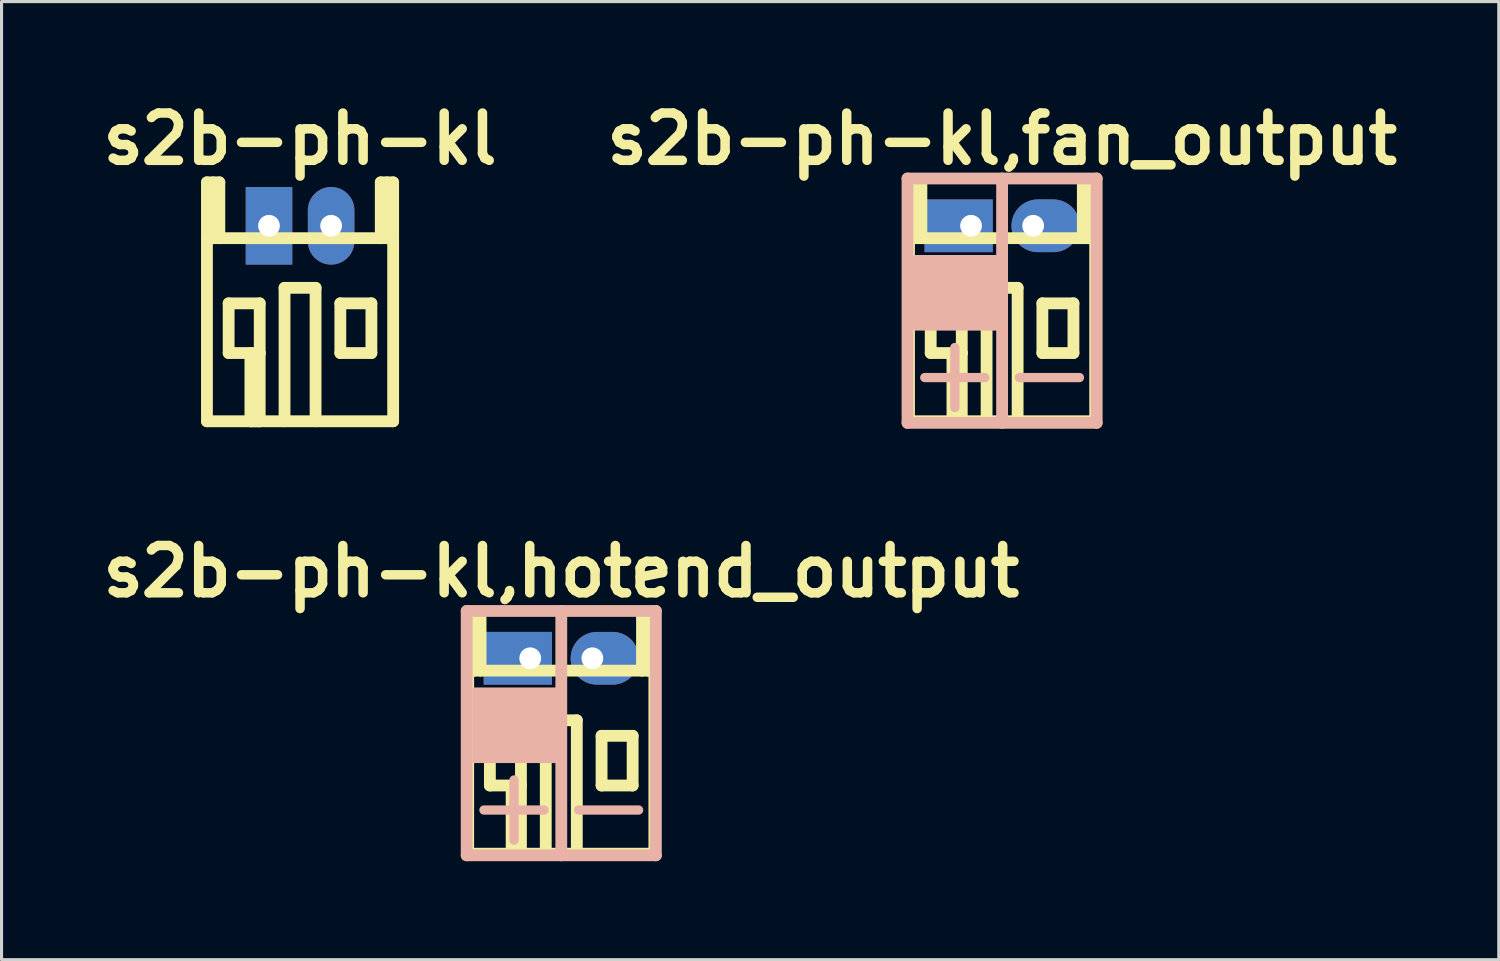
<source format=kicad_pcb>
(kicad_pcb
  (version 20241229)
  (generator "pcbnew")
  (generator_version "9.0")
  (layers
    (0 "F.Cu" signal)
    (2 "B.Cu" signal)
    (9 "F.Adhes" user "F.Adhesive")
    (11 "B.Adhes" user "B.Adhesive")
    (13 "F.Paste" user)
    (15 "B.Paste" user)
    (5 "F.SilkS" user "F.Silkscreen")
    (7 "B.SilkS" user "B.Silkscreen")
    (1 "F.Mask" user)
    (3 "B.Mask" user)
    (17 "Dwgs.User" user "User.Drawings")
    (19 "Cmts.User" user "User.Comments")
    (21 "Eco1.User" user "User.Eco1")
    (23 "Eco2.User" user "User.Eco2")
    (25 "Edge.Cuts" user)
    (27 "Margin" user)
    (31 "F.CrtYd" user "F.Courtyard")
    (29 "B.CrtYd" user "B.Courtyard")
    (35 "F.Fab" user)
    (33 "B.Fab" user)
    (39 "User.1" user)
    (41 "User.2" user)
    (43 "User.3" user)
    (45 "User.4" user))
  (footprint "s2b-ph-kl,fan_output"
    (layer "F.Cu")
    (at 29.242 4.226)
    (property "Reference" "s2b-ph-kl,fan_output" (at 0 -2.799 0) (layer "F.SilkS") (effects (font (size 1.524 1.524) (thickness 0.305))))
    (attr through_hole)
    (fp_line (start -3 -1.4) (end -3 6.299) (stroke (width 0.381) (type solid)) (layer "F.SilkS"))
    (fp_line (start -3 6.299) (end 3 6.299) (stroke (width 0.381) (type solid)) (layer "F.SilkS"))
    (fp_line (start -2.799 -1.4) (end -2.799 0.399) (stroke (width 0.381) (type solid)) (layer "F.SilkS"))
    (fp_line (start -2.601 -1.4) (end -3 -1.4) (stroke (width 0.381) (type solid)) (layer "F.SilkS"))
    (fp_line (start -2.601 0.399) (end -2.601 -1.4) (stroke (width 0.381) (type solid)) (layer "F.SilkS"))
    (fp_line (start -2.301 2.499) (end -1.3 2.499) (stroke (width 0.381) (type solid)) (layer "F.SilkS"))
    (fp_line (start -2.301 4.1) (end -2.301 2.499) (stroke (width 0.381) (type solid)) (layer "F.SilkS"))
    (fp_line (start -1.6 6.299) (end -1.6 4.1) (stroke (width 0.381) (type solid)) (layer "F.SilkS"))
    (fp_line (start -1.3 2.499) (end -1.3 4.1) (stroke (width 0.381) (type solid)) (layer "F.SilkS"))
    (fp_line (start -1.3 4.1) (end -2.301 4.1) (stroke (width 0.381) (type solid)) (layer "F.SilkS"))
    (fp_line (start -1.3 4.1) (end -1.3 6.299) (stroke (width 0.381) (type solid)) (layer "F.SilkS"))
    (fp_line (start -1.3 6.299) (end -1.6 6.299) (stroke (width 0.381) (type solid)) (layer "F.SilkS"))
    (fp_line (start -0.5 1.999) (end -0.5 6.299) (stroke (width 0.381) (type solid)) (layer "F.SilkS"))
    (fp_line (start 0.5 1.999) (end -0.5 1.999) (stroke (width 0.381) (type solid)) (layer "F.SilkS"))
    (fp_line (start 0.5 1.999) (end 0.5 6.299) (stroke (width 0.381) (type solid)) (layer "F.SilkS"))
    (fp_line (start 1.298 2.499) (end 2.299 2.499) (stroke (width 0.381) (type solid)) (layer "F.SilkS"))
    (fp_line (start 1.298 4.1) (end 1.298 2.499) (stroke (width 0.381) (type solid)) (layer "F.SilkS"))
    (fp_line (start 2.299 2.499) (end 2.299 4.1) (stroke (width 0.381) (type solid)) (layer "F.SilkS"))
    (fp_line (start 2.299 4.1) (end 1.298 4.1) (stroke (width 0.381) (type solid)) (layer "F.SilkS"))
    (fp_line (start 2.601 -1.4) (end 2.601 0.399) (stroke (width 0.381) (type solid)) (layer "F.SilkS"))
    (fp_line (start 2.799 -1.4) (end 2.799 0.399) (stroke (width 0.381) (type solid)) (layer "F.SilkS"))
    (fp_line (start 3 -1.4) (end 2.601 -1.4) (stroke (width 0.381) (type solid)) (layer "F.SilkS"))
    (fp_line (start 3 0.399) (end -3 0.399) (stroke (width 0.381) (type solid)) (layer "F.SilkS"))
    (fp_line (start 3 6.299) (end 3 -1.4) (stroke (width 0.381) (type solid)) (layer "F.SilkS"))
    (fp_line (start -3.048 -1.524) (end -3.048 6.35) (stroke (width 0.381) (type solid)) (layer "B.SilkS"))
    (fp_line (start -3.048 -1.524) (end 3.048 -1.524) (stroke (width 0.381) (type solid)) (layer "B.SilkS"))
    (fp_line (start 0 -1.524) (end 0 6.35) (stroke (width 0.381) (type solid)) (layer "B.SilkS"))
    (fp_line (start 3.048 -1.524) (end 3.048 6.35) (stroke (width 0.381) (type solid)) (layer "B.SilkS"))
    (fp_line (start 3.048 6.35) (end -3.048 6.35) (stroke (width 0.381) (type solid)) (layer "B.SilkS"))
    (fp_poly (pts (xy -2.794 1.016) (xy 0 1.016) (xy 0 3.302) (xy -2.794 3.302)) (stroke (width 0.15) (type solid)) (fill yes) (layer "B.SilkS"))
    (fp_text user "-" (at 1.524 4.699 0) (layer "B.SilkS") (effects (font (size 2.54 2.54) (thickness 0.3)) (justify mirror)))
    (fp_text user "+" (at -1.524 4.699 0) (layer "B.SilkS") (effects (font (size 2.54 2.54) (thickness 0.3)) (justify mirror)))
    (pad "1" thru_hole rect (at -1.001 0) (size 2.199 1.699) (drill 0.701 (offset -0.4 0)) (layers "*.Cu" "*.Mask"))
    (pad "2" thru_hole oval (at 1.001 0) (size 2.199 1.699) (drill 0.701 (offset 0.4 0)) (layers "*.Cu" "*.Mask")))
  (footprint "s2b-ph-kl,hotend_output"
    (layer "F.Cu")
    (at 15.037 18.162)
    (property "Reference" "s2b-ph-kl,hotend_output" (at 0 -2.799 0) (layer "F.SilkS") (effects (font (size 1.524 1.524) (thickness 0.305))))
    (attr through_hole)
    (fp_line (start -3 -1.4) (end -3 6.299) (stroke (width 0.381) (type solid)) (layer "F.SilkS"))
    (fp_line (start -3 6.299) (end 3 6.299) (stroke (width 0.381) (type solid)) (layer "F.SilkS"))
    (fp_line (start -2.799 -1.4) (end -2.799 0.399) (stroke (width 0.381) (type solid)) (layer "F.SilkS"))
    (fp_line (start -2.601 -1.4) (end -3 -1.4) (stroke (width 0.381) (type solid)) (layer "F.SilkS"))
    (fp_line (start -2.601 0.399) (end -2.601 -1.4) (stroke (width 0.381) (type solid)) (layer "F.SilkS"))
    (fp_line (start -2.301 2.499) (end -1.3 2.499) (stroke (width 0.381) (type solid)) (layer "F.SilkS"))
    (fp_line (start -2.301 4.1) (end -2.301 2.499) (stroke (width 0.381) (type solid)) (layer "F.SilkS"))
    (fp_line (start -1.6 6.299) (end -1.6 4.1) (stroke (width 0.381) (type solid)) (layer "F.SilkS"))
    (fp_line (start -1.3 2.499) (end -1.3 4.1) (stroke (width 0.381) (type solid)) (layer "F.SilkS"))
    (fp_line (start -1.3 4.1) (end -2.301 4.1) (stroke (width 0.381) (type solid)) (layer "F.SilkS"))
    (fp_line (start -1.3 4.1) (end -1.3 6.299) (stroke (width 0.381) (type solid)) (layer "F.SilkS"))
    (fp_line (start -1.3 6.299) (end -1.6 6.299) (stroke (width 0.381) (type solid)) (layer "F.SilkS"))
    (fp_line (start -0.5 1.999) (end -0.5 6.299) (stroke (width 0.381) (type solid)) (layer "F.SilkS"))
    (fp_line (start 0.5 1.999) (end -0.5 1.999) (stroke (width 0.381) (type solid)) (layer "F.SilkS"))
    (fp_line (start 0.5 1.999) (end 0.5 6.299) (stroke (width 0.381) (type solid)) (layer "F.SilkS"))
    (fp_line (start 1.298 2.499) (end 2.299 2.499) (stroke (width 0.381) (type solid)) (layer "F.SilkS"))
    (fp_line (start 1.298 4.1) (end 1.298 2.499) (stroke (width 0.381) (type solid)) (layer "F.SilkS"))
    (fp_line (start 2.299 2.499) (end 2.299 4.1) (stroke (width 0.381) (type solid)) (layer "F.SilkS"))
    (fp_line (start 2.299 4.1) (end 1.298 4.1) (stroke (width 0.381) (type solid)) (layer "F.SilkS"))
    (fp_line (start 2.601 -1.4) (end 2.601 0.399) (stroke (width 0.381) (type solid)) (layer "F.SilkS"))
    (fp_line (start 2.799 -1.4) (end 2.799 0.399) (stroke (width 0.381) (type solid)) (layer "F.SilkS"))
    (fp_line (start 3 -1.4) (end 2.601 -1.4) (stroke (width 0.381) (type solid)) (layer "F.SilkS"))
    (fp_line (start 3 0.399) (end -3 0.399) (stroke (width 0.381) (type solid)) (layer "F.SilkS"))
    (fp_line (start 3 6.299) (end 3 -1.4) (stroke (width 0.381) (type solid)) (layer "F.SilkS"))
    (fp_line (start -3.048 -1.524) (end -3.048 6.35) (stroke (width 0.381) (type solid)) (layer "B.SilkS"))
    (fp_line (start -3.048 -1.524) (end 3.048 -1.524) (stroke (width 0.381) (type solid)) (layer "B.SilkS"))
    (fp_line (start 0 -1.524) (end 0 6.35) (stroke (width 0.381) (type solid)) (layer "B.SilkS"))
    (fp_line (start 3.048 -1.524) (end 3.048 6.35) (stroke (width 0.381) (type solid)) (layer "B.SilkS"))
    (fp_line (start 3.048 6.35) (end -3.048 6.35) (stroke (width 0.381) (type solid)) (layer "B.SilkS"))
    (fp_poly (pts (xy -2.794 1.016) (xy 0 1.016) (xy 0 3.302) (xy -2.794 3.302)) (stroke (width 0.15) (type solid)) (fill yes) (layer "B.SilkS"))
    (fp_text user "-" (at 1.524 4.699 0) (layer "B.SilkS") (effects (font (size 2.54 2.54) (thickness 0.3)) (justify mirror)))
    (fp_text user "+" (at -1.524 4.699 0) (layer "B.SilkS") (effects (font (size 2.54 2.54) (thickness 0.3)) (justify mirror)))
    (pad "1" thru_hole rect (at -1.001 0) (size 2.199 1.699) (drill 0.701 (offset -0.4 0)) (layers "*.Cu" "*.Mask"))
    (pad "2" thru_hole oval (at 1.001 0) (size 2.199 1.699) (drill 0.701 (offset 0.4 0)) (layers "*.Cu" "*.Mask")))
  (footprint "s2b-ph-kl"
    (layer "F.Cu")
    (at 6.619 4.226)
    (property "Reference" "s2b-ph-kl" (at 0 -2.799 0) (layer "F.SilkS") (effects (font (size 1.524 1.524) (thickness 0.305))))
    (attr through_hole)
    (fp_line (start -3 -1.4) (end -3 6.299) (stroke (width 0.381) (type solid)) (layer "F.SilkS"))
    (fp_line (start -3 6.299) (end 3 6.299) (stroke (width 0.381) (type solid)) (layer "F.SilkS"))
    (fp_line (start -2.799 -1.4) (end -2.799 0.399) (stroke (width 0.381) (type solid)) (layer "F.SilkS"))
    (fp_line (start -2.601 -1.4) (end -3 -1.4) (stroke (width 0.381) (type solid)) (layer "F.SilkS"))
    (fp_line (start -2.601 0.399) (end -2.601 -1.4) (stroke (width 0.381) (type solid)) (layer "F.SilkS"))
    (fp_line (start -2.301 2.499) (end -1.3 2.499) (stroke (width 0.381) (type solid)) (layer "F.SilkS"))
    (fp_line (start -2.301 4.1) (end -2.301 2.499) (stroke (width 0.381) (type solid)) (layer "F.SilkS"))
    (fp_line (start -1.6 6.299) (end -1.6 4.1) (stroke (width 0.381) (type solid)) (layer "F.SilkS"))
    (fp_line (start -1.3 2.499) (end -1.3 4.1) (stroke (width 0.381) (type solid)) (layer "F.SilkS"))
    (fp_line (start -1.3 4.1) (end -2.301 4.1) (stroke (width 0.381) (type solid)) (layer "F.SilkS"))
    (fp_line (start -1.3 4.1) (end -1.3 6.299) (stroke (width 0.381) (type solid)) (layer "F.SilkS"))
    (fp_line (start -1.3 6.299) (end -1.6 6.299) (stroke (width 0.381) (type solid)) (layer "F.SilkS"))
    (fp_line (start -0.5 1.999) (end -0.5 6.299) (stroke (width 0.381) (type solid)) (layer "F.SilkS"))
    (fp_line (start 0.5 1.999) (end -0.5 1.999) (stroke (width 0.381) (type solid)) (layer "F.SilkS"))
    (fp_line (start 0.5 1.999) (end 0.5 6.299) (stroke (width 0.381) (type solid)) (layer "F.SilkS"))
    (fp_line (start 1.298 2.499) (end 2.299 2.499) (stroke (width 0.381) (type solid)) (layer "F.SilkS"))
    (fp_line (start 1.298 4.1) (end 1.298 2.499) (stroke (width 0.381) (type solid)) (layer "F.SilkS"))
    (fp_line (start 2.299 2.499) (end 2.299 4.1) (stroke (width 0.381) (type solid)) (layer "F.SilkS"))
    (fp_line (start 2.299 4.1) (end 1.298 4.1) (stroke (width 0.381) (type solid)) (layer "F.SilkS"))
    (fp_line (start 2.601 -1.4) (end 2.601 0.399) (stroke (width 0.381) (type solid)) (layer "F.SilkS"))
    (fp_line (start 2.799 -1.4) (end 2.799 0.399) (stroke (width 0.381) (type solid)) (layer "F.SilkS"))
    (fp_line (start 3 -1.4) (end 2.601 -1.4) (stroke (width 0.381) (type solid)) (layer "F.SilkS"))
    (fp_line (start 3 0.399) (end -3 0.399) (stroke (width 0.381) (type solid)) (layer "F.SilkS"))
    (fp_line (start 3 6.299) (end 3 -1.4) (stroke (width 0.381) (type solid)) (layer "F.SilkS"))
    (pad "1" thru_hole rect (at -1.001 0) (size 1.5 2.5) (drill 0.701) (layers "*.Cu" "*.Mask"))
    (pad "2" thru_hole oval (at 1.001 0) (size 1.5 2.5) (drill 0.701) (layers "*.Cu" "*.Mask")))
  (gr_rect
    (start -3 -3)
    (end 45.247 27.874)
    (stroke (width 0.1) (type default))
    (fill no)
    (layer "Edge.Cuts")))
</source>
